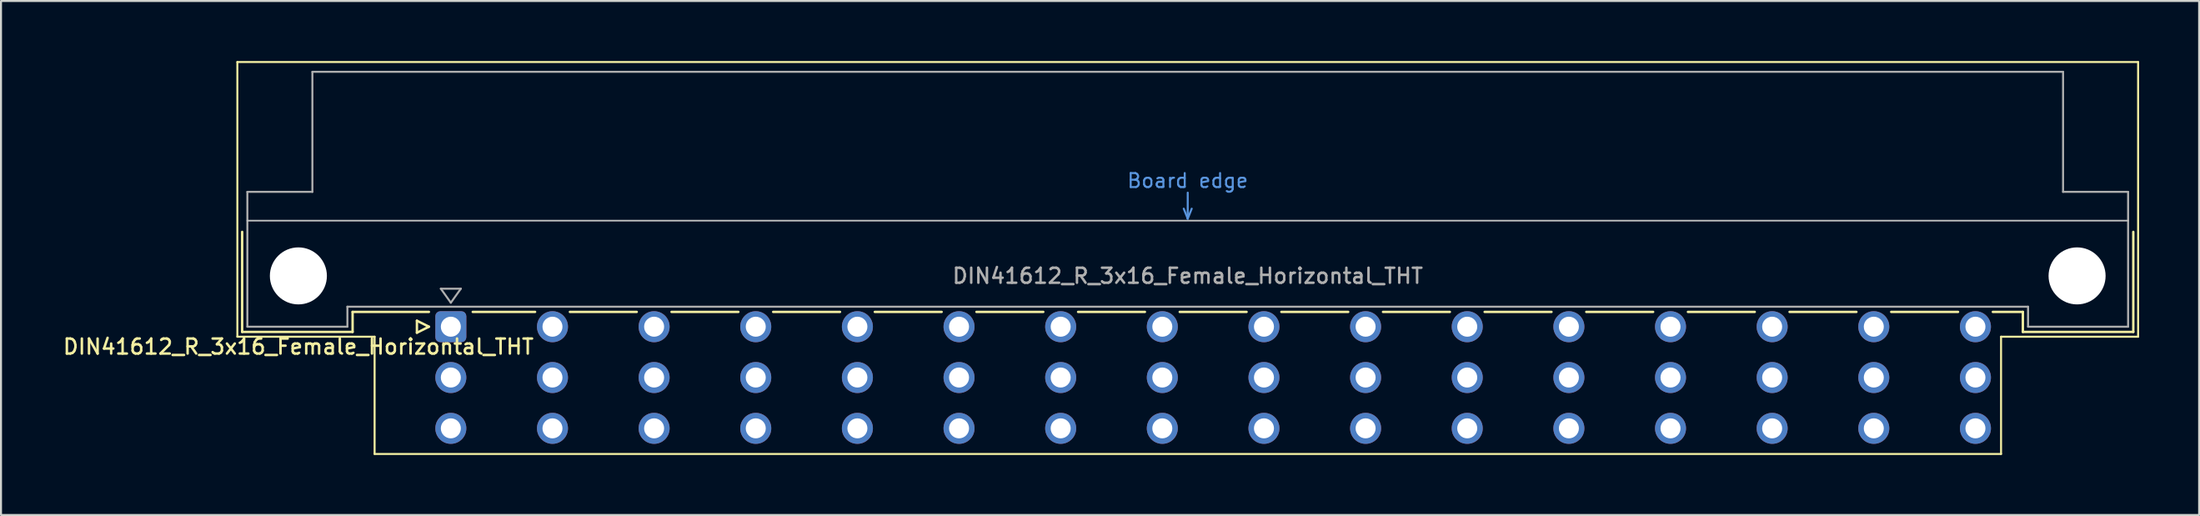
<source format=kicad_pcb>
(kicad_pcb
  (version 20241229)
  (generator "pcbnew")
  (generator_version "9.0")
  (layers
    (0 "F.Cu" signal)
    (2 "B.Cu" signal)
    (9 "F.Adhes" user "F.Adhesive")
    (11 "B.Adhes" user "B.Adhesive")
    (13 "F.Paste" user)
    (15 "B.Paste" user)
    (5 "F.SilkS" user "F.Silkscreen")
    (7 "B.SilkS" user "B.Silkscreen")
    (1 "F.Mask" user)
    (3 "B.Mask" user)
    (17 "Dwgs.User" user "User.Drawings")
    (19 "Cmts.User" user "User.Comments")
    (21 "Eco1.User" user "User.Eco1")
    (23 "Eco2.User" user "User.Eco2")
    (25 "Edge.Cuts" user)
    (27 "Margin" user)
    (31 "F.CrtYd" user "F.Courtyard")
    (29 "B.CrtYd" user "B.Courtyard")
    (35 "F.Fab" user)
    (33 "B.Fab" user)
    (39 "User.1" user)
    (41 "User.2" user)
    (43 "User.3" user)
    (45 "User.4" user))
  (footprint "DIN41612_R_3x16_Female_Horizontal_THT"
    (layer "F.Cu")
    (at 16.943 13.28)
    (property "Reference" "DIN41612_R_3x16_Female_Horizontal_THT" (at -5.08 1 0) (layer "F.SilkS") (effects (font (size 0.75 0.75) (thickness 0.125))))
    (attr through_hole)
    (fp_line (start -8.13 -13.23) (end -8.13 0.5) (stroke (width 0.1) (type solid)) (layer "F.SilkS"))
    (fp_line (start -8.13 0.5) (end -1.27 0.5) (stroke (width 0.1) (type solid)) (layer "F.SilkS"))
    (fp_line (start -7.89 -4.74) (end -7.89 0.26) (stroke (width 0.12) (type solid)) (layer "F.SilkS"))
    (fp_line (start -7.89 0.26) (end -2.37 0.26) (stroke (width 0.12) (type solid)) (layer "F.SilkS"))
    (fp_line (start -2.371 -0.74) (end 1.445 -0.74) (stroke (width 0.12) (type solid)) (layer "F.SilkS"))
    (fp_line (start -2.37 0.26) (end -2.37 -0.74) (stroke (width 0.12) (type solid)) (layer "F.SilkS"))
    (fp_line (start -1.27 0.5) (end -1.27 6.36) (stroke (width 0.1) (type solid)) (layer "F.SilkS"))
    (fp_line (start -1.27 6.36) (end 80.02 6.36) (stroke (width 0.1) (type solid)) (layer "F.SilkS"))
    (fp_line (start 0.845 -0.3) (end 0.845 0.3) (stroke (width 0.12) (type solid)) (layer "F.SilkS"))
    (fp_line (start 0.845 0.3) (end 1.445 0) (stroke (width 0.12) (type solid)) (layer "F.SilkS"))
    (fp_line (start 1.445 0) (end 0.845 -0.3) (stroke (width 0.12) (type solid)) (layer "F.SilkS"))
    (fp_line (start 3.635 -0.74) (end 6.751 -0.74) (stroke (width 0.12) (type solid)) (layer "F.SilkS"))
    (fp_line (start 8.49 -0.74) (end 11.831 -0.74) (stroke (width 0.12) (type solid)) (layer "F.SilkS"))
    (fp_line (start 13.57 -0.74) (end 16.911 -0.74) (stroke (width 0.12) (type solid)) (layer "F.SilkS"))
    (fp_line (start 18.65 -0.74) (end 21.991 -0.74) (stroke (width 0.12) (type solid)) (layer "F.SilkS"))
    (fp_line (start 23.73 -0.74) (end 27.071 -0.74) (stroke (width 0.12) (type solid)) (layer "F.SilkS"))
    (fp_line (start 28.81 -0.74) (end 32.151 -0.74) (stroke (width 0.12) (type solid)) (layer "F.SilkS"))
    (fp_line (start 33.89 -0.74) (end 37.231 -0.74) (stroke (width 0.12) (type solid)) (layer "F.SilkS"))
    (fp_line (start 38.97 -0.74) (end 42.311 -0.74) (stroke (width 0.12) (type solid)) (layer "F.SilkS"))
    (fp_line (start 44.05 -0.74) (end 47.391 -0.74) (stroke (width 0.12) (type solid)) (layer "F.SilkS"))
    (fp_line (start 49.13 -0.74) (end 52.471 -0.74) (stroke (width 0.12) (type solid)) (layer "F.SilkS"))
    (fp_line (start 54.21 -0.74) (end 57.551 -0.74) (stroke (width 0.12) (type solid)) (layer "F.SilkS"))
    (fp_line (start 59.29 -0.74) (end 62.631 -0.74) (stroke (width 0.12) (type solid)) (layer "F.SilkS"))
    (fp_line (start 64.37 -0.74) (end 67.711 -0.74) (stroke (width 0.12) (type solid)) (layer "F.SilkS"))
    (fp_line (start 69.45 -0.74) (end 72.791 -0.74) (stroke (width 0.12) (type solid)) (layer "F.SilkS"))
    (fp_line (start 74.53 -0.74) (end 77.871 -0.74) (stroke (width 0.12) (type solid)) (layer "F.SilkS"))
    (fp_line (start 79.61 -0.74) (end 81.11 -0.74) (stroke (width 0.12) (type solid)) (layer "F.SilkS"))
    (fp_line (start 80.02 0.5) (end 86.87 0.5) (stroke (width 0.1) (type solid)) (layer "F.SilkS"))
    (fp_line (start 80.02 6.36) (end 80.02 0.5) (stroke (width 0.1) (type solid)) (layer "F.SilkS"))
    (fp_line (start 81.11 0.26) (end 81.11 -0.74) (stroke (width 0.12) (type solid)) (layer "F.SilkS"))
    (fp_line (start 86.63 -4.74) (end 86.63 0.26) (stroke (width 0.12) (type solid)) (layer "F.SilkS"))
    (fp_line (start 86.63 0.26) (end 81.11 0.26) (stroke (width 0.12) (type solid)) (layer "F.SilkS"))
    (fp_line (start 86.87 -13.23) (end -8.13 -13.23) (stroke (width 0.1) (type solid)) (layer "F.SilkS"))
    (fp_line (start 86.87 0.5) (end 86.87 -13.23) (stroke (width 0.1) (type solid)) (layer "F.SilkS"))
    (fp_line (start -7.63 -5.3) (end 86.37 -5.3) (stroke (width 0.08) (type solid)) (layer "Dwgs.User"))
    (fp_line (start 39.17 -5.9) (end 39.37 -5.4) (stroke (width 0.1) (type solid)) (layer "Cmts.User"))
    (fp_line (start 39.37 -5.4) (end 39.37 -6.7) (stroke (width 0.1) (type solid)) (layer "Cmts.User"))
    (fp_line (start 39.37 -5.4) (end 39.57 -5.9) (stroke (width 0.1) (type solid)) (layer "Cmts.User"))
    (fp_line (start -7.63 -6.74) (end -7.63 0) (stroke (width 0.1) (type solid)) (layer "F.Fab"))
    (fp_line (start -7.63 0) (end -2.63 0) (stroke (width 0.1) (type solid)) (layer "F.Fab"))
    (fp_line (start -4.38 -12.74) (end -4.38 -6.74) (stroke (width 0.1) (type solid)) (layer "F.Fab"))
    (fp_line (start -4.38 -6.74) (end -7.63 -6.74) (stroke (width 0.1) (type solid)) (layer "F.Fab"))
    (fp_line (start -2.63 -1) (end 81.37 -1) (stroke (width 0.1) (type solid)) (layer "F.Fab"))
    (fp_line (start -2.63 0) (end -2.63 -1) (stroke (width 0.1) (type solid)) (layer "F.Fab"))
    (fp_line (start 2.04 -1.9) (end 3.04 -1.9) (stroke (width 0.1) (type solid)) (layer "F.Fab"))
    (fp_line (start 2.54 -1.2) (end 2.04 -1.9) (stroke (width 0.1) (type solid)) (layer "F.Fab"))
    (fp_line (start 3.04 -1.9) (end 2.54 -1.2) (stroke (width 0.1) (type solid)) (layer "F.Fab"))
    (fp_line (start 81.37 -1) (end 81.37 0) (stroke (width 0.1) (type solid)) (layer "F.Fab"))
    (fp_line (start 81.37 0) (end 86.37 0) (stroke (width 0.1) (type solid)) (layer "F.Fab"))
    (fp_line (start 83.12 -12.74) (end -4.38 -12.74) (stroke (width 0.1) (type solid)) (layer "F.Fab"))
    (fp_line (start 83.12 -6.74) (end 83.12 -12.74) (stroke (width 0.1) (type solid)) (layer "F.Fab"))
    (fp_line (start 86.37 -6.74) (end 83.12 -6.74) (stroke (width 0.1) (type solid)) (layer "F.Fab"))
    (fp_line (start 86.37 0) (end 86.37 -6.74) (stroke (width 0.1) (type solid)) (layer "F.Fab"))
    (fp_text user "Board edge" (at 39.37 -7.3 0) (layer "Cmts.User") (effects (font (size 0.7 0.7) (thickness 0.1))))
    (fp_text user "${REFERENCE}" (at 39.37 -2.54 0) (layer "F.Fab") (effects (font (size 0.75 0.75) (thickness 0.125))))
    (pad "" np_thru_hole circle (at -5.08 -2.54) (size 2.85 2.85) (drill 2.85) (layers "*.Cu" "*.Mask"))
    (pad "" np_thru_hole circle (at 83.82 -2.54) (size 2.85 2.85) (drill 2.85) (layers "*.Cu" "*.Mask"))
    (pad "a2" thru_hole roundrect (at 2.54 0) (size 1.55 1.55) (drill 1) (layers "*.Cu" "*.Mask") (roundrect_rratio 0.161))
    (pad "a4" thru_hole circle (at 7.62 0) (size 1.55 1.55) (drill 1) (layers "*.Cu" "*.Mask"))
    (pad "a6" thru_hole circle (at 12.7 0) (size 1.55 1.55) (drill 1) (layers "*.Cu" "*.Mask"))
    (pad "a8" thru_hole circle (at 17.78 0) (size 1.55 1.55) (drill 1) (layers "*.Cu" "*.Mask"))
    (pad "a10" thru_hole circle (at 22.86 0) (size 1.55 1.55) (drill 1) (layers "*.Cu" "*.Mask"))
    (pad "a12" thru_hole circle (at 27.94 0) (size 1.55 1.55) (drill 1) (layers "*.Cu" "*.Mask"))
    (pad "a14" thru_hole circle (at 33.02 0) (size 1.55 1.55) (drill 1) (layers "*.Cu" "*.Mask"))
    (pad "a16" thru_hole circle (at 38.1 0) (size 1.55 1.55) (drill 1) (layers "*.Cu" "*.Mask"))
    (pad "a18" thru_hole circle (at 43.18 0) (size 1.55 1.55) (drill 1) (layers "*.Cu" "*.Mask"))
    (pad "a20" thru_hole circle (at 48.26 0) (size 1.55 1.55) (drill 1) (layers "*.Cu" "*.Mask"))
    (pad "a22" thru_hole circle (at 53.34 0) (size 1.55 1.55) (drill 1) (layers "*.Cu" "*.Mask"))
    (pad "a24" thru_hole circle (at 58.42 0) (size 1.55 1.55) (drill 1) (layers "*.Cu" "*.Mask"))
    (pad "a26" thru_hole circle (at 63.5 0) (size 1.55 1.55) (drill 1) (layers "*.Cu" "*.Mask"))
    (pad "a28" thru_hole circle (at 68.58 0) (size 1.55 1.55) (drill 1) (layers "*.Cu" "*.Mask"))
    (pad "a30" thru_hole circle (at 73.66 0) (size 1.55 1.55) (drill 1) (layers "*.Cu" "*.Mask"))
    (pad "a32" thru_hole circle (at 78.74 0) (size 1.55 1.55) (drill 1) (layers "*.Cu" "*.Mask"))
    (pad "b2" thru_hole circle (at 2.54 2.54) (size 1.55 1.55) (drill 1) (layers "*.Cu" "*.Mask"))
    (pad "b4" thru_hole circle (at 7.62 2.54) (size 1.55 1.55) (drill 1) (layers "*.Cu" "*.Mask"))
    (pad "b6" thru_hole circle (at 12.7 2.54) (size 1.55 1.55) (drill 1) (layers "*.Cu" "*.Mask"))
    (pad "b8" thru_hole circle (at 17.78 2.54) (size 1.55 1.55) (drill 1) (layers "*.Cu" "*.Mask"))
    (pad "b10" thru_hole circle (at 22.86 2.54) (size 1.55 1.55) (drill 1) (layers "*.Cu" "*.Mask"))
    (pad "b12" thru_hole circle (at 27.94 2.54) (size 1.55 1.55) (drill 1) (layers "*.Cu" "*.Mask"))
    (pad "b14" thru_hole circle (at 33.02 2.54) (size 1.55 1.55) (drill 1) (layers "*.Cu" "*.Mask"))
    (pad "b16" thru_hole circle (at 38.1 2.54) (size 1.55 1.55) (drill 1) (layers "*.Cu" "*.Mask"))
    (pad "b18" thru_hole circle (at 43.18 2.54) (size 1.55 1.55) (drill 1) (layers "*.Cu" "*.Mask"))
    (pad "b20" thru_hole circle (at 48.26 2.54) (size 1.55 1.55) (drill 1) (layers "*.Cu" "*.Mask"))
    (pad "b22" thru_hole circle (at 53.34 2.54) (size 1.55 1.55) (drill 1) (layers "*.Cu" "*.Mask"))
    (pad "b24" thru_hole circle (at 58.42 2.54) (size 1.55 1.55) (drill 1) (layers "*.Cu" "*.Mask"))
    (pad "b26" thru_hole circle (at 63.5 2.54) (size 1.55 1.55) (drill 1) (layers "*.Cu" "*.Mask"))
    (pad "b28" thru_hole circle (at 68.58 2.54) (size 1.55 1.55) (drill 1) (layers "*.Cu" "*.Mask"))
    (pad "b30" thru_hole circle (at 73.66 2.54) (size 1.55 1.55) (drill 1) (layers "*.Cu" "*.Mask"))
    (pad "b32" thru_hole circle (at 78.74 2.54) (size 1.55 1.55) (drill 1) (layers "*.Cu" "*.Mask"))
    (pad "c2" thru_hole circle (at 2.54 5.08) (size 1.55 1.55) (drill 1) (layers "*.Cu" "*.Mask"))
    (pad "c4" thru_hole circle (at 7.62 5.08) (size 1.55 1.55) (drill 1) (layers "*.Cu" "*.Mask"))
    (pad "c6" thru_hole circle (at 12.7 5.08) (size 1.55 1.55) (drill 1) (layers "*.Cu" "*.Mask"))
    (pad "c8" thru_hole circle (at 17.78 5.08) (size 1.55 1.55) (drill 1) (layers "*.Cu" "*.Mask"))
    (pad "c10" thru_hole circle (at 22.86 5.08) (size 1.55 1.55) (drill 1) (layers "*.Cu" "*.Mask"))
    (pad "c12" thru_hole circle (at 27.94 5.08) (size 1.55 1.55) (drill 1) (layers "*.Cu" "*.Mask"))
    (pad "c14" thru_hole circle (at 33.02 5.08) (size 1.55 1.55) (drill 1) (layers "*.Cu" "*.Mask"))
    (pad "c16" thru_hole circle (at 38.1 5.08) (size 1.55 1.55) (drill 1) (layers "*.Cu" "*.Mask"))
    (pad "c18" thru_hole circle (at 43.18 5.08) (size 1.55 1.55) (drill 1) (layers "*.Cu" "*.Mask"))
    (pad "c20" thru_hole circle (at 48.26 5.08) (size 1.55 1.55) (drill 1) (layers "*.Cu" "*.Mask"))
    (pad "c22" thru_hole circle (at 53.34 5.08) (size 1.55 1.55) (drill 1) (layers "*.Cu" "*.Mask"))
    (pad "c24" thru_hole circle (at 58.42 5.08) (size 1.55 1.55) (drill 1) (layers "*.Cu" "*.Mask"))
    (pad "c26" thru_hole circle (at 63.5 5.08) (size 1.55 1.55) (drill 1) (layers "*.Cu" "*.Mask"))
    (pad "c28" thru_hole circle (at 68.58 5.08) (size 1.55 1.55) (drill 1) (layers "*.Cu" "*.Mask"))
    (pad "c30" thru_hole circle (at 73.66 5.08) (size 1.55 1.55) (drill 1) (layers "*.Cu" "*.Mask"))
    (pad "c32" thru_hole circle (at 78.74 5.08) (size 1.55 1.55) (drill 1) (layers "*.Cu" "*.Mask")))
  (gr_rect
    (start -3 -3)
    (end 106.863 22.69)
    (stroke (width 0.1) (type default))
    (fill no)
    (layer "Edge.Cuts")))
</source>
